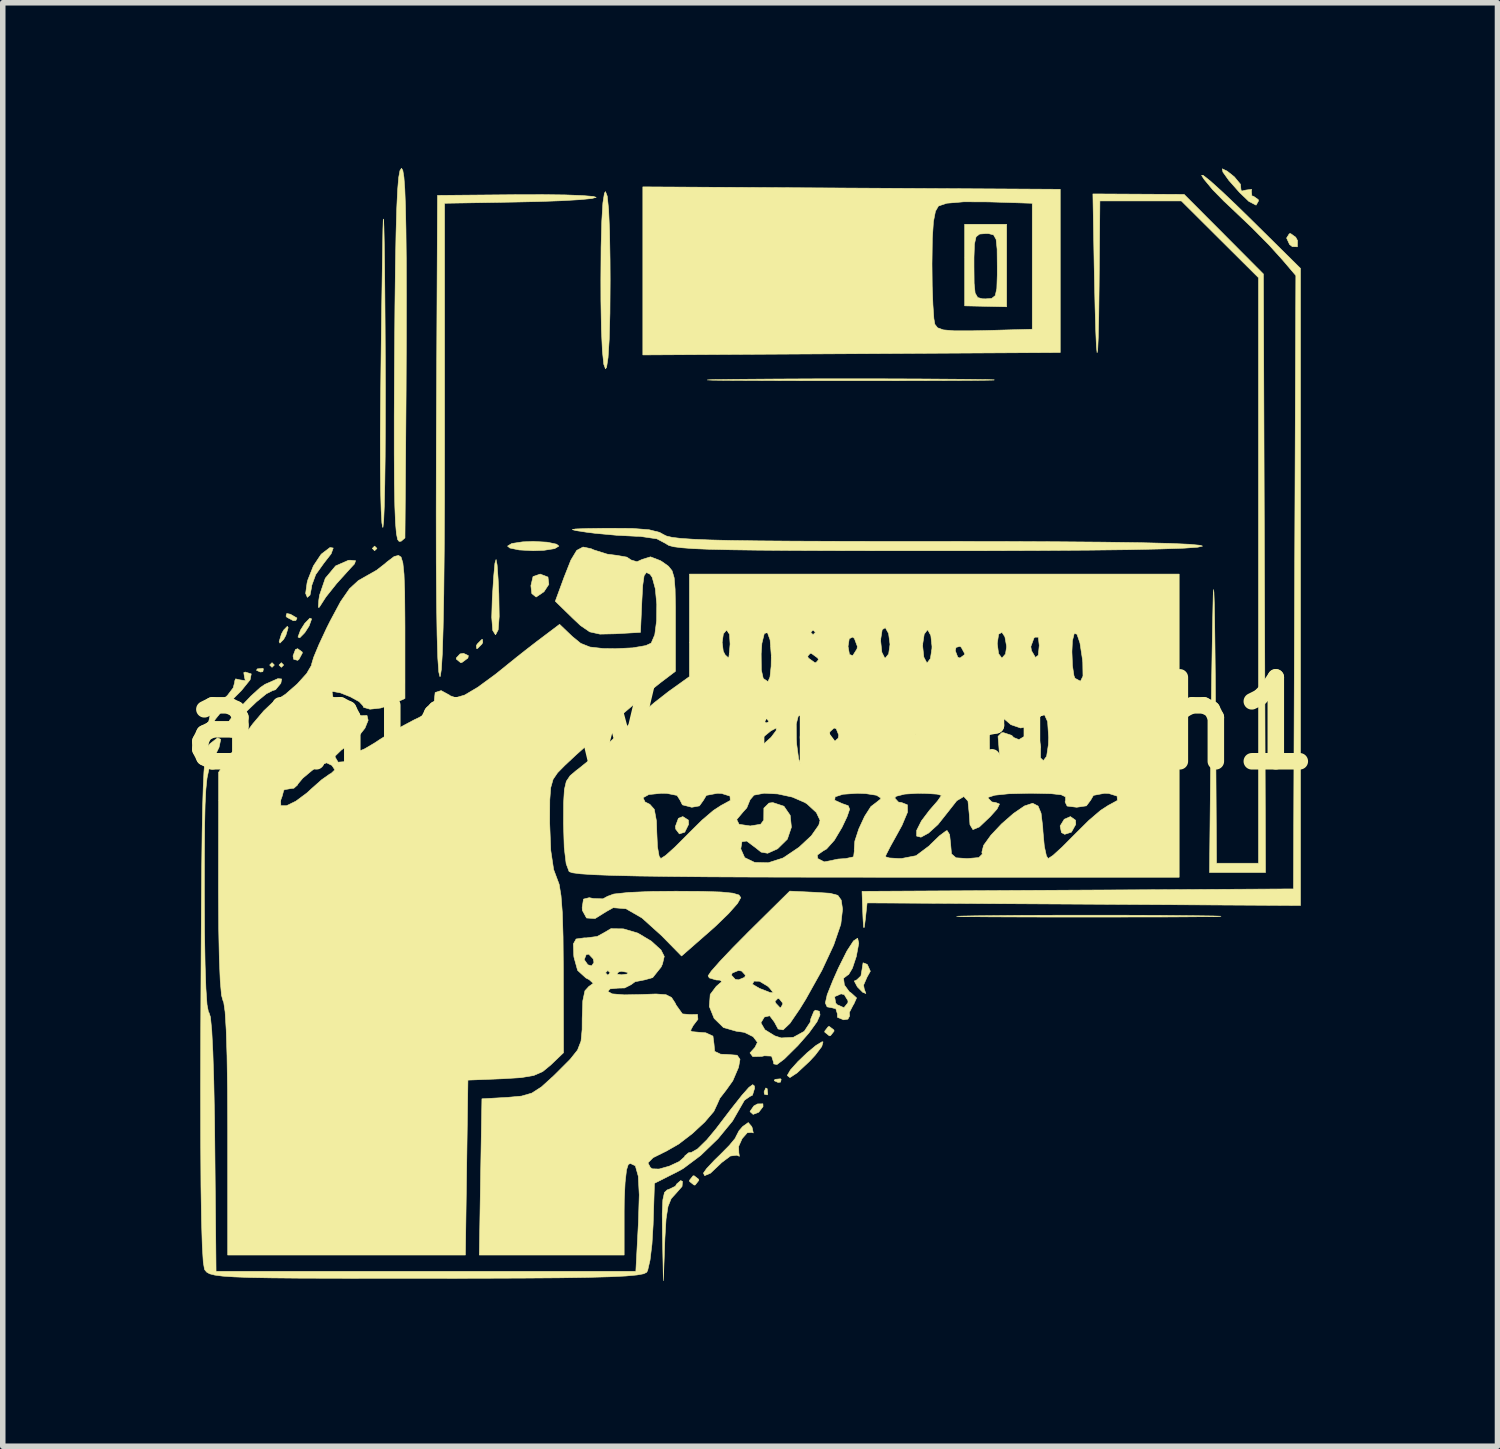
<source format=kicad_pcb>
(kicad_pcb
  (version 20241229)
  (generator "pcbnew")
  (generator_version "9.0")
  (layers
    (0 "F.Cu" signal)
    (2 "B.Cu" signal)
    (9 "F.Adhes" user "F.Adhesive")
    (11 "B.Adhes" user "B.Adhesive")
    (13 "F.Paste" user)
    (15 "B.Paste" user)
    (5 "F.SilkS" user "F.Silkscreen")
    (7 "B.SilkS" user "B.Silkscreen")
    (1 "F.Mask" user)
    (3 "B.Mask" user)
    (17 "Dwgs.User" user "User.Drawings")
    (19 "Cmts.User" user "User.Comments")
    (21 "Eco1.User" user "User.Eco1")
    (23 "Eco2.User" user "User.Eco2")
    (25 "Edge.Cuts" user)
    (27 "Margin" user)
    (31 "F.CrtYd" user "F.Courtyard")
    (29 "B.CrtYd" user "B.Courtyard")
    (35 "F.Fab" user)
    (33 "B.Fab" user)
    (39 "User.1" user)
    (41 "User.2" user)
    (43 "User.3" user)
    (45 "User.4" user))
  (footprint "amigaWorkBench1"
    (layer "F.Cu")
    (at 10.566 10.08)
    (property "Reference" "amigaWorkBench1" (at 0 0 0) (layer "F.SilkS") (effects (font (size 1.524 1.524) (thickness 0.3))))
    (attr through_hole)
    (fp_poly (pts (xy -8.636 -1.058) (xy -8.678 -1.016) (xy -8.721 -1.058) (xy -8.678 -1.101) (xy -8.636 -1.058)) (stroke (width 0.01) (type solid)) (fill yes) (layer "F.SilkS"))
    (fp_poly (pts (xy -8.467 -1.058) (xy -8.509 -1.016) (xy -8.551 -1.058) (xy -8.509 -1.101) (xy -8.467 -1.058)) (stroke (width 0.01) (type solid)) (fill yes) (layer "F.SilkS"))
    (fp_poly (pts (xy -6.773 -3.175) (xy -6.816 -3.133) (xy -6.858 -3.175) (xy -6.816 -3.217) (xy -6.773 -3.175)) (stroke (width 0.01) (type solid)) (fill yes) (layer "F.SilkS"))
    (fp_poly (pts (xy -8.834 -0.988) (xy -8.845 -0.937) (xy -8.89 -0.931) (xy -8.96 -0.962) (xy -8.946 -0.988) (xy -8.846 -0.998) (xy -8.834 -0.988)) (stroke (width 0.01) (type solid)) (fill yes) (layer "F.SilkS"))
    (fp_poly (pts (xy 0.31 6.632) (xy 0.321 6.733) (xy 0.31 6.745) (xy 0.26 6.733) (xy 0.254 6.689) (xy 0.285 6.619) (xy 0.31 6.632)) (stroke (width 0.01) (type solid)) (fill yes) (layer "F.SilkS"))
    (fp_poly (pts (xy 0.564 6.463) (xy 0.553 6.513) (xy 0.508 6.519) (xy 0.438 6.488) (xy 0.452 6.463) (xy 0.552 6.453) (xy 0.564 6.463)) (stroke (width 0.01) (type solid)) (fill yes) (layer "F.SilkS"))
    (fp_poly (pts (xy -8.344 -1.98) (xy -8.225 -1.911) (xy -8.245 -1.867) (xy -8.292 -1.863) (xy -8.407 -1.924) (xy -8.424 -1.946) (xy -8.41 -1.994) (xy -8.344 -1.98)) (stroke (width 0.01) (type solid)) (fill yes) (layer "F.SilkS"))
    (fp_poly (pts (xy -8.385 -1.736) (xy -8.427 -1.597) (xy -8.467 -1.524) (xy -8.534 -1.456) (xy -8.549 -1.482) (xy -8.507 -1.621) (xy -8.467 -1.693) (xy -8.4 -1.761) (xy -8.385 -1.736)) (stroke (width 0.01) (type solid)) (fill yes) (layer "F.SilkS"))
    (fp_poly (pts (xy -8.13 -1.294) (xy -8.128 -1.275) (xy -8.19 -1.16) (xy -8.213 -1.143) (xy -8.285 -1.162) (xy -8.297 -1.223) (xy -8.253 -1.339) (xy -8.213 -1.355) (xy -8.13 -1.294)) (stroke (width 0.01) (type solid)) (fill yes) (layer "F.SilkS"))
    (fp_poly (pts (xy -7.959 -1.895) (xy -8.005 -1.767) (xy -8.083 -1.646) (xy -8.175 -1.552) (xy -8.207 -1.566) (xy -8.16 -1.694) (xy -8.083 -1.815) (xy -7.991 -1.909) (xy -7.959 -1.895)) (stroke (width 0.01) (type solid)) (fill yes) (layer "F.SilkS"))
    (fp_poly (pts (xy -5.114 -1.229) (xy -5.122 -1.185) (xy -5.231 -1.104) (xy -5.254 -1.101) (xy -5.332 -1.165) (xy -5.334 -1.185) (xy -5.265 -1.26) (xy -5.202 -1.27) (xy -5.114 -1.229)) (stroke (width 0.01) (type solid)) (fill yes) (layer "F.SilkS"))
    (fp_poly (pts (xy -4.853 -1.469) (xy -4.868 -1.439) (xy -4.948 -1.358) (xy -4.963 -1.355) (xy -4.969 -1.409) (xy -4.953 -1.439) (xy -4.873 -1.52) (xy -4.858 -1.524) (xy -4.853 -1.469)) (stroke (width 0.01) (type solid)) (fill yes) (layer "F.SilkS"))
    (fp_poly (pts (xy -3.669 -2.655) (xy -3.653 -2.523) (xy -3.742 -2.388) (xy -3.884 -2.292) (xy -3.962 -2.354) (xy -3.979 -2.498) (xy -3.94 -2.664) (xy -3.81 -2.709) (xy -3.669 -2.655)) (stroke (width 0.01) (type solid)) (fill yes) (layer "F.SilkS"))
    (fp_poly (pts (xy -1.12 1.757) (xy -1.116 1.834) (xy -1.186 1.976) (xy -1.284 2.007) (xy -1.35 1.92) (xy -1.355 1.87) (xy -1.301 1.724) (xy -1.221 1.693) (xy -1.12 1.757)) (stroke (width 0.01) (type solid)) (fill yes) (layer "F.SilkS"))
    (fp_poly (pts (xy -0.934 8.277) (xy -0.931 8.297) (xy -0.996 8.38) (xy -1.016 8.382) (xy -1.098 8.318) (xy -1.101 8.297) (xy -1.036 8.215) (xy -1.016 8.213) (xy -0.934 8.277)) (stroke (width 0.01) (type solid)) (fill yes) (layer "F.SilkS"))
    (fp_poly (pts (xy 0.235 6.958) (xy 0.157 7.06) (xy 0.055 7.099) (xy 0.000215 7.05) (xy 0 7.043) (xy 0.068 6.946) (xy 0.134 6.909) (xy 0.233 6.907) (xy 0.235 6.958)) (stroke (width 0.01) (type solid)) (fill yes) (layer "F.SilkS"))
    (fp_poly (pts (xy 1.522 5.568) (xy 1.524 5.588) (xy 1.46 5.67) (xy 1.439 5.673) (xy 1.357 5.608) (xy 1.355 5.588) (xy 1.419 5.506) (xy 1.439 5.503) (xy 1.522 5.568)) (stroke (width 0.01) (type solid)) (fill yes) (layer "F.SilkS"))
    (fp_poly (pts (xy 5.908 1.759) (xy 5.912 1.834) (xy 5.833 1.976) (xy 5.711 2.015) (xy 5.652 1.983) (xy 5.628 1.864) (xy 5.703 1.741) (xy 5.815 1.693) (xy 5.908 1.759)) (stroke (width 0.01) (type solid)) (fill yes) (layer "F.SilkS"))
    (fp_poly (pts (xy 9.905 -8.823) (xy 9.937 -8.763) (xy 9.935 -8.65) (xy 9.843 -8.653) (xy 9.793 -8.692) (xy 9.739 -8.809) (xy 9.788 -8.887) (xy 9.812 -8.89) (xy 9.905 -8.823)) (stroke (width 0.01) (type solid)) (fill yes) (layer "F.SilkS"))
    (fp_poly (pts (xy -3.682 -3.288) (xy -3.513 -3.252) (xy -3.471 -3.217) (xy -3.548 -3.171) (xy -3.745 -3.14) (xy -3.937 -3.133) (xy -4.192 -3.147) (xy -4.361 -3.182) (xy -4.403 -3.217) (xy -4.326 -3.264) (xy -4.129 -3.294) (xy -3.937 -3.302) (xy -3.682 -3.288)) (stroke (width 0.01) (type solid)) (fill yes) (layer "F.SilkS"))
    (fp_poly (pts (xy -4.592 -2.874) (xy -4.573 -2.608) (xy -4.561 -2.349) (xy -4.554 -1.941) (xy -4.573 -1.696) (xy -4.619 -1.609) (xy -4.623 -1.608) (xy -4.672 -1.687) (xy -4.69 -1.924) (xy -4.68 -2.265) (xy -4.654 -2.67) (xy -4.632 -2.906) (xy -4.611 -2.974) (xy -4.592 -2.874)) (stroke (width 0.01) (type solid)) (fill yes) (layer "F.SilkS"))
    (fp_poly (pts (xy 1.324 5.783) (xy 1.301 5.867) (xy 1.182 6.024) (xy 1.078 6.136) (xy 0.853 6.346) (xy 0.723 6.431) (xy 0.678 6.396) (xy 0.677 6.388) (xy 0.732 6.293) (xy 0.866 6.143) (xy 1.035 5.981) (xy 1.197 5.847) (xy 1.306 5.781) (xy 1.324 5.783)) (stroke (width 0.01) (type solid)) (fill yes) (layer "F.SilkS"))
    (fp_poly (pts (xy -7.161 -2.952) (xy -7.181 -2.894) (xy -7.26 -2.809) (xy -7.505 -2.538) (xy -7.701 -2.292) (xy -7.814 -2.116) (xy -7.818 -2.108) (xy -7.838 -2.105) (xy -7.829 -2.237) (xy -7.816 -2.325) (xy -7.711 -2.633) (xy -7.524 -2.857) (xy -7.292 -2.959) (xy -7.26 -2.961) (xy -7.161 -2.952)) (stroke (width 0.01) (type solid)) (fill yes) (layer "F.SilkS"))
    (fp_poly (pts (xy 2.122 4.374) (xy 2.13 4.382) (xy 2.183 4.5) (xy 2.123 4.607) (xy 2.06 4.752) (xy 2.072 4.822) (xy 2.102 4.905) (xy 2.044 4.882) (xy 1.947 4.784) (xy 1.891 4.678) (xy 1.937 4.657) (xy 2.012 4.585) (xy 2.032 4.47) (xy 2.051 4.347) (xy 2.122 4.374)) (stroke (width 0.01) (type solid)) (fill yes) (layer "F.SilkS"))
    (fp_poly (pts (xy -7.567 -3.182) (xy -7.605 -3.077) (xy -7.738 -2.906) (xy -7.885 -2.7) (xy -7.957 -2.503) (xy -7.959 -2.477) (xy -7.988 -2.328) (xy -8.037 -2.286) (xy -8.068 -2.358) (xy -8.042 -2.549) (xy -8.028 -2.603) (xy -7.927 -2.857) (xy -7.793 -3.059) (xy -7.775 -3.078) (xy -7.626 -3.191) (xy -7.567 -3.182)) (stroke (width 0.01) (type solid)) (fill yes) (layer "F.SilkS"))
    (fp_poly (pts (xy -8.503 -0.805) (xy -8.518 -0.727) (xy -8.614 -0.61) (xy -8.67 -0.593) (xy -8.781 -0.536) (xy -8.96 -0.39) (xy -9.102 -0.254) (xy -9.331 -0.036) (xy -9.471 0.067) (xy -9.511 0.056) (xy -9.441 -0.066) (xy -9.261 -0.285) (xy -9.06 -0.496) (xy -8.887 -0.653) (xy -8.805 -0.708) (xy -8.624 -0.788) (xy -8.572 -0.811) (xy -8.503 -0.805)) (stroke (width 0.01) (type solid)) (fill yes) (layer "F.SilkS"))
    (fp_poly (pts (xy -1.227 8.316) (xy -1.235 8.407) (xy -1.341 8.528) (xy -1.432 8.628) (xy -1.49 8.771) (xy -1.525 8.996) (xy -1.546 9.345) (xy -1.548 9.398) (xy -1.574 10.118) (xy -1.591 9.292) (xy -1.595 8.901) (xy -1.584 8.651) (xy -1.554 8.516) (xy -1.503 8.468) (xy -1.489 8.467) (xy -1.356 8.403) (xy -1.331 8.361) (xy -1.26 8.3) (xy -1.227 8.316)) (stroke (width 0.01) (type solid)) (fill yes) (layer "F.SilkS"))
    (fp_poly (pts (xy 8.662 -10.022) (xy 8.791 -9.919) (xy 8.902 -9.785) (xy 8.91 -9.693) (xy 8.921 -9.661) (xy 9 -9.68) (xy 9.104 -9.693) (xy 9.101 -9.651) (xy 9.109 -9.574) (xy 9.139 -9.567) (xy 9.225 -9.506) (xy 9.229 -9.483) (xy 9.185 -9.406) (xy 9.055 -9.473) (xy 8.886 -9.635) (xy 8.689 -9.858) (xy 8.583 -10.007) (xy 8.572 -10.066) (xy 8.662 -10.022)) (stroke (width 0.01) (type solid)) (fill yes) (layer "F.SilkS"))
    (fp_poly (pts (xy -2.593 -9.569) (xy -2.568 -9.328) (xy -2.551 -8.938) (xy -2.542 -8.411) (xy -2.54 -8.043) (xy -2.544 -7.441) (xy -2.557 -6.969) (xy -2.578 -6.64) (xy -2.605 -6.463) (xy -2.625 -6.435) (xy -2.656 -6.518) (xy -2.681 -6.759) (xy -2.699 -7.149) (xy -2.708 -7.676) (xy -2.709 -8.043) (xy -2.705 -8.646) (xy -2.692 -9.117) (xy -2.672 -9.447) (xy -2.644 -9.623) (xy -2.625 -9.652) (xy -2.593 -9.569)) (stroke (width 0.01) (type solid)) (fill yes) (layer "F.SilkS"))
    (fp_poly (pts (xy 6.614 3.483) (xy 7.426 3.486) (xy 8.113 3.493) (xy 8.411 3.497) (xy 8.547 3.502) (xy 8.528 3.506) (xy 8.362 3.509) (xy 8.056 3.512) (xy 7.616 3.515) (xy 7.05 3.516) (xy 6.366 3.517) (xy 6.138 3.517) (xy 5.422 3.517) (xy 4.823 3.515) (xy 4.35 3.513) (xy 4.009 3.51) (xy 3.806 3.507) (xy 3.75 3.503) (xy 3.847 3.499) (xy 4.104 3.494) (xy 4.218 3.493) (xy 4.944 3.486) (xy 5.765 3.483) (xy 6.614 3.483)) (stroke (width 0.01) (type solid)) (fill yes) (layer "F.SilkS"))
    (fp_poly (pts (xy 3.082 -6.251) (xy 3.845 -6.245) (xy 3.964 -6.244) (xy 4.279 -6.24) (xy 4.431 -6.235) (xy 4.428 -6.231) (xy 4.277 -6.228) (xy 3.984 -6.225) (xy 3.556 -6.223) (xy 3.001 -6.221) (xy 2.325 -6.22) (xy 1.82 -6.22) (xy 1.071 -6.22) (xy 0.439 -6.222) (xy -0.068 -6.224) (xy -0.445 -6.226) (xy -0.683 -6.229) (xy -0.777 -6.233) (xy -0.719 -6.237) (xy -0.504 -6.241) (xy -0.269 -6.244) (xy 0.485 -6.25) (xy 1.337 -6.254) (xy 2.224 -6.254) (xy 3.082 -6.251)) (stroke (width 0.01) (type solid)) (fill yes) (layer "F.SilkS"))
    (fp_poly (pts (xy -9.055 -0.897) (xy -9.076 -0.79) (xy -9.23 -0.599) (xy -9.349 -0.479) (xy -9.554 -0.264) (xy -9.707 -0.074) (xy -9.763 0.021) (xy -9.858 0.146) (xy -9.925 0.168) (xy -9.986 0.149) (xy -9.919 0.094) (xy -9.826 -0.039) (xy -9.792 -0.192) (xy -9.763 -0.339) (xy -9.719 -0.37) (xy -9.619 -0.393) (xy -9.489 -0.504) (xy -9.383 -0.644) (xy -9.353 -0.756) (xy -9.357 -0.764) (xy -9.339 -0.807) (xy -9.262 -0.789) (xy -9.162 -0.775) (xy -9.177 -0.832) (xy -9.191 -0.921) (xy -9.163 -0.931) (xy -9.055 -0.897)) (stroke (width 0.01) (type solid)) (fill yes) (layer "F.SilkS"))
    (fp_poly (pts (xy 0.029 7.32) (xy 0.039 7.344) (xy 0.058 7.436) (xy 0.033 7.427) (xy -0.051 7.432) (xy -0.144 7.538) (xy -0.208 7.681) (xy -0.204 7.801) (xy -0.203 7.803) (xy -0.194 7.86) (xy -0.241 7.84) (xy -0.358 7.855) (xy -0.518 7.975) (xy -0.539 7.996) (xy -0.72 8.167) (xy -0.825 8.211) (xy -0.847 8.165) (xy -0.79 8.084) (xy -0.647 7.931) (xy -0.55 7.837) (xy -0.377 7.662) (xy -0.27 7.533) (xy -0.254 7.498) (xy -0.201 7.396) (xy -0.135 7.32) (xy -0.033 7.247) (xy 0.029 7.32)) (stroke (width 0.01) (type solid)) (fill yes) (layer "F.SilkS"))
    (fp_poly (pts (xy 8.35 -9.848) (xy 8.561 -9.658) (xy 8.838 -9.395) (xy 9.05 -9.188) (xy 9.991 -8.258) (xy 9.991 3.307) (xy 2.124 3.26) (xy 2.092 3.556) (xy 2.073 3.705) (xy 2.06 3.704) (xy 2.05 3.545) (xy 2.046 3.451) (xy 2.032 3.05) (xy 5.948 3.028) (xy 9.864 3.006) (xy 9.885 -2.561) (xy 9.907 -8.128) (xy 9.674 -8.402) (xy 9.424 -8.679) (xy 9.11 -8.997) (xy 8.703 -9.384) (xy 8.6 -9.48) (xy 8.397 -9.687) (xy 8.24 -9.877) (xy 8.196 -9.946) (xy 8.222 -9.949) (xy 8.35 -9.848)) (stroke (width 0.01) (type solid)) (fill yes) (layer "F.SilkS"))
    (fp_poly (pts (xy 4.657 -7.561) (xy 3.895 -7.578) (xy 3.895 -8.297) (xy 4.064 -8.297) (xy 4.067 -7.988) (xy 4.085 -7.81) (xy 4.132 -7.729) (xy 4.219 -7.706) (xy 4.276 -7.705) (xy 4.386 -7.713) (xy 4.45 -7.764) (xy 4.479 -7.894) (xy 4.487 -8.139) (xy 4.487 -8.297) (xy 4.484 -8.607) (xy 4.466 -8.784) (xy 4.42 -8.866) (xy 4.332 -8.889) (xy 4.276 -8.89) (xy 4.165 -8.881) (xy 4.102 -8.831) (xy 4.073 -8.701) (xy 4.064 -8.455) (xy 4.064 -8.297) (xy 3.895 -8.297) (xy 3.895 -9.059) (xy 4.657 -9.059) (xy 4.657 -7.561)) (stroke (width 0.01) (type solid)) (fill yes) (layer "F.SilkS"))
    (fp_poly (pts (xy -6.647 -9.014) (xy -6.641 -8.738) (xy -6.635 -8.335) (xy -6.63 -7.816) (xy -6.625 -7.191) (xy -6.623 -6.837) (xy -6.62 -6.11) (xy -6.621 -5.439) (xy -6.624 -4.843) (xy -6.631 -4.338) (xy -6.64 -3.944) (xy -6.651 -3.679) (xy -6.664 -3.56) (xy -6.668 -3.556) (xy -6.684 -3.637) (xy -6.697 -3.864) (xy -6.707 -4.216) (xy -6.712 -4.67) (xy -6.713 -5.202) (xy -6.709 -5.694) (xy -6.702 -6.36) (xy -6.694 -7.045) (xy -6.685 -7.706) (xy -6.676 -8.302) (xy -6.668 -8.79) (xy -6.665 -8.975) (xy -6.659 -9.143) (xy -6.653 -9.153) (xy -6.647 -9.014)) (stroke (width 0.01) (type solid)) (fill yes) (layer "F.SilkS"))
    (fp_poly (pts (xy -0.866 3.051) (xy -0.528 3.062) (xy -0.315 3.083) (xy -0.203 3.116) (xy -0.169 3.163) (xy -0.169 3.165) (xy -0.229 3.271) (xy -0.389 3.452) (xy -0.619 3.675) (xy -0.706 3.753) (xy -1.244 4.224) (xy -1.608 3.853) (xy -1.963 3.533) (xy -2.253 3.366) (xy -2.485 3.347) (xy -2.612 3.418) (xy -2.814 3.544) (xy -2.969 3.534) (xy -3.045 3.395) (xy -3.048 3.343) (xy -3.024 3.191) (xy -2.92 3.165) (xy -2.846 3.18) (xy -2.671 3.186) (xy -2.587 3.14) (xy -2.475 3.099) (xy -2.206 3.07) (xy -1.79 3.052) (xy -1.35 3.048) (xy -0.866 3.051)) (stroke (width 0.01) (type solid)) (fill yes) (layer "F.SilkS"))
    (fp_poly (pts (xy 1.841 -9.716) (xy 5.63 -9.694) (xy 5.63 -6.731) (xy 1.841 -6.709) (xy -1.947 -6.687) (xy -1.947 -8.338) (xy 3.302 -8.338) (xy 3.302 -8.336) (xy 3.306 -7.939) (xy 3.319 -7.597) (xy 3.336 -7.349) (xy 3.354 -7.243) (xy 3.403 -7.18) (xy 3.509 -7.142) (xy 3.705 -7.125) (xy 4.022 -7.125) (xy 4.265 -7.13) (xy 5.122 -7.154) (xy 5.122 -9.44) (xy 4.331 -9.465) (xy 3.881 -9.467) (xy 3.572 -9.441) (xy 3.42 -9.391) (xy 3.365 -9.296) (xy 3.328 -9.105) (xy 3.308 -8.794) (xy 3.302 -8.338) (xy -1.947 -8.338) (xy -1.947 -9.738) (xy 1.841 -9.716)) (stroke (width 0.01) (type solid)) (fill yes) (layer "F.SilkS"))
    (fp_poly (pts (xy -3.354 -9.592) (xy -3.04 -9.58) (xy -2.845 -9.564) (xy -2.794 -9.548) (xy -2.874 -9.526) (xy -3.095 -9.505) (xy -3.429 -9.486) (xy -3.849 -9.471) (xy -4.17 -9.464) (xy -5.546 -9.44) (xy -5.546 -5.143) (xy -5.547 -4.059) (xy -5.552 -3.127) (xy -5.56 -2.351) (xy -5.572 -1.733) (xy -5.586 -1.275) (xy -5.604 -0.981) (xy -5.624 -0.853) (xy -5.63 -0.847) (xy -5.651 -0.931) (xy -5.669 -1.183) (xy -5.682 -1.599) (xy -5.691 -2.18) (xy -5.697 -2.921) (xy -5.698 -3.822) (xy -5.696 -4.88) (xy -5.695 -5.215) (xy -5.674 -9.583) (xy -4.234 -9.596) (xy -3.762 -9.597) (xy -3.354 -9.592)) (stroke (width 0.01) (type solid)) (fill yes) (layer "F.SilkS"))
    (fp_poly (pts (xy -6.304 -10.037) (xy -6.284 -9.916) (xy -6.268 -9.704) (xy -6.256 -9.392) (xy -6.247 -8.972) (xy -6.241 -8.436) (xy -6.239 -7.775) (xy -6.24 -6.981) (xy -6.244 -6.045) (xy -6.252 -4.958) (xy -6.262 -3.713) (xy -6.265 -3.365) (xy -6.333 -3.306) (xy -6.371 -3.302) (xy -6.398 -3.336) (xy -6.42 -3.445) (xy -6.437 -3.642) (xy -6.449 -3.942) (xy -6.457 -4.355) (xy -6.46 -4.895) (xy -6.46 -5.575) (xy -6.456 -6.407) (xy -6.454 -6.689) (xy -6.447 -7.578) (xy -6.438 -8.31) (xy -6.427 -8.897) (xy -6.414 -9.35) (xy -6.398 -9.683) (xy -6.379 -9.907) (xy -6.356 -10.033) (xy -6.328 -10.075) (xy -6.327 -10.075) (xy -6.304 -10.037)) (stroke (width 0.01) (type solid)) (fill yes) (layer "F.SilkS"))
    (fp_poly (pts (xy 7.879 -9.601) (xy 8.599 -8.879) (xy 9.318 -8.156) (xy 9.356 2.709) (xy 8.34 2.709) (xy 8.362 0.572) (xy 8.369 -0.065) (xy 8.377 -0.691) (xy 8.386 -1.273) (xy 8.395 -1.775) (xy 8.403 -2.164) (xy 8.407 -2.328) (xy 8.414 -2.428) (xy 8.42 -2.372) (xy 8.427 -2.172) (xy 8.433 -1.843) (xy 8.439 -1.397) (xy 8.445 -0.847) (xy 8.449 -0.275) (xy 8.467 2.54) (xy 9.229 2.54) (xy 9.229 -8.089) (xy 8.528 -8.786) (xy 7.828 -9.483) (xy 6.35 -9.483) (xy 6.336 -7.938) (xy 6.329 -7.384) (xy 6.32 -6.998) (xy 6.31 -6.78) (xy 6.299 -6.727) (xy 6.287 -6.839) (xy 6.275 -7.114) (xy 6.262 -7.551) (xy 6.249 -8.15) (xy 6.246 -8.297) (xy 6.223 -9.61) (xy 7.879 -9.601)) (stroke (width 0.01) (type solid)) (fill yes) (layer "F.SilkS"))
    (fp_poly (pts (xy 1.973 3.992) (xy 1.929 4.228) (xy 1.928 4.233) (xy 1.858 4.444) (xy 1.788 4.562) (xy 1.768 4.572) (xy 1.696 4.628) (xy 1.712 4.751) (xy 1.801 4.873) (xy 1.838 4.898) (xy 1.933 4.985) (xy 1.882 5.099) (xy 1.873 5.11) (xy 1.802 5.248) (xy 1.807 5.312) (xy 1.776 5.37) (xy 1.697 5.382) (xy 1.586 5.337) (xy 1.585 5.274) (xy 1.556 5.181) (xy 1.491 5.165) (xy 1.398 5.147) (xy 1.366 5.077) (xy 1.392 4.962) (xy 1.534 4.962) (xy 1.555 5.079) (xy 1.58 5.108) (xy 1.704 5.162) (xy 1.775 5.074) (xy 1.778 5.038) (xy 1.71 4.925) (xy 1.651 4.911) (xy 1.534 4.962) (xy 1.392 4.962) (xy 1.399 4.928) (xy 1.502 4.671) (xy 1.603 4.443) (xy 1.758 4.133) (xy 1.877 3.95) (xy 1.952 3.901) (xy 1.973 3.992)) (stroke (width 0.01) (type solid)) (fill yes) (layer "F.SilkS"))
    (fp_poly (pts (xy -2.138 -3.538) (xy -1.834 -3.514) (xy -1.643 -3.466) (xy -1.571 -3.426) (xy -1.516 -3.399) (xy -1.417 -3.376) (xy -1.263 -3.357) (xy -1.041 -3.342) (xy -0.738 -3.329) (xy -0.34 -3.319) (xy 0.163 -3.312) (xy 0.787 -3.307) (xy 1.542 -3.304) (xy 2.442 -3.302) (xy 3.403 -3.302) (xy 4.559 -3.301) (xy 5.56 -3.296) (xy 6.405 -3.289) (xy 7.091 -3.279) (xy 7.617 -3.266) (xy 7.979 -3.25) (xy 8.175 -3.231) (xy 8.213 -3.217) (xy 8.128 -3.197) (xy 7.877 -3.179) (xy 7.461 -3.165) (xy 6.882 -3.152) (xy 6.143 -3.143) (xy 5.246 -3.137) (xy 4.193 -3.133) (xy 3.397 -3.133) (xy 2.358 -3.133) (xy 1.476 -3.135) (xy 0.738 -3.138) (xy 0.13 -3.143) (xy -0.358 -3.15) (xy -0.742 -3.159) (xy -1.032 -3.171) (xy -1.242 -3.187) (xy -1.385 -3.205) (xy -1.473 -3.228) (xy -1.519 -3.255) (xy -1.524 -3.26) (xy -1.692 -3.349) (xy -1.993 -3.393) (xy -2.064 -3.395) (xy -2.419 -3.413) (xy -2.811 -3.449) (xy -2.963 -3.468) (xy -3.156 -3.497) (xy -3.228 -3.516) (xy -3.169 -3.528) (xy -2.965 -3.536) (xy -2.605 -3.541) (xy -2.582 -3.541) (xy -2.138 -3.538)) (stroke (width 0.01) (type solid)) (fill yes) (layer "F.SilkS"))
    (fp_poly (pts (xy 1.185 3.068) (xy 1.452 3.085) (xy 1.593 3.123) (xy 1.654 3.209) (xy 1.678 3.37) (xy 1.678 3.378) (xy 1.647 3.647) (xy 1.518 4.024) (xy 1.303 4.485) (xy 1.012 5.006) (xy 0.901 5.186) (xy 0.723 5.447) (xy 0.599 5.565) (xy 0.509 5.549) (xy 0.441 5.422) (xy 0.356 5.309) (xy 0.259 5.331) (xy 0.196 5.437) (xy 0.268 5.562) (xy 0.447 5.673) (xy 0.564 5.711) (xy 0.785 5.7) (xy 0.983 5.591) (xy 1.094 5.422) (xy 1.101 5.368) (xy 1.158 5.23) (xy 1.185 5.207) (xy 1.257 5.227) (xy 1.27 5.293) (xy 1.214 5.419) (xy 1.068 5.621) (xy 0.862 5.856) (xy 0.848 5.869) (xy 0.622 6.093) (xy 0.488 6.194) (xy 0.43 6.183) (xy 0.425 6.15) (xy 0.39 6.041) (xy 0.26 6.035) (xy 0.212 6.046) (xy 0.049 6.05) (xy -0.002 5.983) (xy 0.089 5.882) (xy 0.089 5.882) (xy 0.133 5.791) (xy 0.056 5.689) (xy -0.103 5.61) (xy -0.255 5.588) (xy -0.484 5.522) (xy -0.653 5.356) (xy -0.74 5.14) (xy -0.733 5.047) (xy 0.452 5.047) (xy 0.466 5.08) (xy 0.542 5.161) (xy 0.555 5.165) (xy 0.592 5.099) (xy 0.593 5.08) (xy 0.528 4.999) (xy 0.503 4.995) (xy 0.452 5.047) (xy -0.733 5.047) (xy -0.724 4.922) (xy -0.614 4.775) (xy -0.567 4.735) (xy 0.041 4.735) (xy 0.169 4.811) (xy 0.363 4.887) (xy 0.421 4.889) (xy 0.359 4.811) (xy 0.323 4.774) (xy 0.17 4.682) (xy 0.072 4.68) (xy 0.041 4.735) (xy -0.567 4.735) (xy -0.512 4.688) (xy -0.548 4.662) (xy -0.614 4.659) (xy -0.74 4.622) (xy -0.762 4.584) (xy -0.754 4.572) (xy -0.339 4.572) (xy -0.27 4.647) (xy -0.212 4.657) (xy -0.099 4.611) (xy -0.085 4.572) (xy -0.153 4.497) (xy -0.212 4.487) (xy -0.324 4.533) (xy -0.339 4.572) (xy -0.754 4.572) (xy -0.705 4.499) (xy -0.55 4.323) (xy -0.319 4.079) (xy -0.037 3.794) (xy -0.021 3.778) (xy 0.72 3.046) (xy 1.185 3.068)) (stroke (width 0.01) (type solid)) (fill yes) (layer "F.SilkS"))
    (fp_poly (pts (xy -2.887 -3.17) (xy -2.835 -3.147) (xy -2.593 -3.071) (xy -2.414 -3.048) (xy -2.237 -3.017) (xy -2.16 -2.965) (xy -2.053 -2.933) (xy -1.958 -2.976) (xy -1.807 -3.022) (xy -1.628 -2.953) (xy -1.581 -2.923) (xy -1.481 -2.851) (xy -1.416 -2.769) (xy -1.378 -2.641) (xy -1.361 -2.434) (xy -1.355 -2.112) (xy -1.355 -1.859) (xy -1.355 -0.944) (xy -1.615 -0.747) (xy -1.842 -0.567) (xy -2.151 -0.308) (xy -2.502 -0.008) (xy -2.852 0.299) (xy -3.16 0.574) (xy -3.365 0.766) (xy -3.495 0.898) (xy -3.576 1.017) (xy -3.619 1.168) (xy -3.636 1.393) (xy -3.638 1.737) (xy -3.638 1.807) (xy -3.618 2.309) (xy -3.566 2.655) (xy -3.514 2.794) (xy -3.466 2.922) (xy -3.432 3.13) (xy -3.408 3.441) (xy -3.395 3.875) (xy -3.39 4.455) (xy -3.39 4.493) (xy -3.387 5.98) (xy -3.62 6.203) (xy -3.765 6.322) (xy -3.928 6.393) (xy -4.16 6.432) (xy -4.488 6.452) (xy -5.122 6.477) (xy -5.168 9.652) (xy -9.483 9.652) (xy -9.483 7.371) (xy -9.486 6.642) (xy -9.495 6.037) (xy -9.51 5.565) (xy -9.53 5.237) (xy -9.555 5.063) (xy -9.567 5.038) (xy -9.595 4.936) (xy -9.618 4.677) (xy -9.635 4.272) (xy -9.646 3.734) (xy -9.65 3.073) (xy -9.65 2.937) (xy -9.648 1.4) (xy -8.522 1.4) (xy -8.518 1.495) (xy -8.414 1.495) (xy -8.245 1.413) (xy -8.041 1.261) (xy -7.961 1.187) (xy -7.778 1.025) (xy -7.629 0.92) (xy -7.605 0.909) (xy -7.538 0.845) (xy -7.591 0.764) (xy -7.689 0.717) (xy -7.834 0.774) (xy -7.95 0.854) (xy -8.119 0.995) (xy -8.208 1.101) (xy -8.213 1.117) (xy -8.281 1.178) (xy -8.34 1.185) (xy -8.453 1.205) (xy -8.467 1.221) (xy -8.493 1.32) (xy -8.522 1.4) (xy -9.648 1.4) (xy -9.648 0.889) (xy -9.239 0.296) (xy -9.028 0.01) (xy -8.828 -0.226) (xy -8.674 -0.372) (xy -8.643 -0.392) (xy -8.434 -0.528) (xy -8.221 -0.714) (xy -8.049 -0.904) (xy -7.962 -1.053) (xy -7.959 -1.076) (xy -7.922 -1.199) (xy -7.826 -1.43) (xy -7.687 -1.728) (xy -7.625 -1.852) (xy -7.433 -2.21) (xy -7.271 -2.444) (xy -7.111 -2.591) (xy -7.002 -2.653) (xy -6.78 -2.779) (xy -6.618 -2.905) (xy -6.605 -2.919) (xy -6.461 -3.028) (xy -6.382 -3.048) (xy -6.336 -3.018) (xy -6.303 -2.912) (xy -6.282 -2.708) (xy -6.27 -2.386) (xy -6.266 -1.923) (xy -6.265 -1.749) (xy -6.265 -0.451) (xy -6.481 -0.352) (xy -6.703 -0.278) (xy -6.9 -0.256) (xy -7.016 -0.29) (xy -7.027 -0.318) (xy -7.096 -0.393) (xy -7.256 -0.481) (xy -7.437 -0.553) (xy -7.568 -0.577) (xy -7.588 -0.569) (xy -7.574 -0.482) (xy -7.464 -0.355) (xy -7.306 -0.229) (xy -7.152 -0.147) (xy -7.069 -0.139) (xy -6.954 -0.143) (xy -6.933 -0.055) (xy -6.991 0.088) (xy -7.116 0.247) (xy -7.238 0.349) (xy -7.421 0.486) (xy -7.526 0.588) (xy -7.535 0.609) (xy -7.479 0.705) (xy -7.358 0.696) (xy -7.281 0.634) (xy -7.16 0.528) (xy -7.105 0.508) (xy -6.998 0.464) (xy -6.81 0.353) (xy -6.714 0.289) (xy -6.417 0.107) (xy -6.096 -0.064) (xy -6.04 -0.09) (xy -5.819 -0.209) (xy -5.73 -0.316) (xy -5.732 -0.422) (xy -5.717 -0.559) (xy -5.608 -0.594) (xy -5.457 -0.512) (xy -5.446 -0.501) (xy -5.344 -0.465) (xy -5.181 -0.513) (xy -4.942 -0.655) (xy -4.61 -0.899) (xy -4.231 -1.205) (xy -4.085 -1.32) (xy -3.872 -1.485) (xy -3.779 -1.555) (xy -3.458 -1.797) (xy -3.227 -1.576) (xy -3.075 -1.452) (xy -2.908 -1.385) (xy -2.668 -1.358) (xy -2.446 -1.355) (xy -2.131 -1.37) (xy -1.894 -1.411) (xy -1.795 -1.456) (xy -1.73 -1.609) (xy -1.697 -1.864) (xy -1.694 -2.163) (xy -1.721 -2.445) (xy -1.777 -2.65) (xy -1.816 -2.706) (xy -1.882 -2.738) (xy -1.924 -2.68) (xy -1.949 -2.504) (xy -1.964 -2.23) (xy -1.99 -1.651) (xy -2.447 -1.625) (xy -2.725 -1.619) (xy -2.911 -1.66) (xy -3.08 -1.776) (xy -3.22 -1.908) (xy -3.536 -2.216) (xy -3.378 -2.647) (xy -3.253 -2.963) (xy -3.147 -3.139) (xy -3.033 -3.2) (xy -2.887 -3.17)) (stroke (width 0.01) (type solid)) (fill yes) (layer "F.SilkS"))
    (fp_poly (pts (xy -9.609 0.292) (xy -9.64 0.437) (xy -9.733 0.628) (xy -9.786 0.732) (xy -9.827 0.848) (xy -9.858 0.996) (xy -9.879 1.199) (xy -9.893 1.48) (xy -9.901 1.86) (xy -9.905 2.363) (xy -9.906 3.011) (xy -9.906 3.093) (xy -9.903 3.798) (xy -9.893 4.375) (xy -9.878 4.814) (xy -9.858 5.106) (xy -9.832 5.241) (xy -9.823 5.249) (xy -9.796 5.332) (xy -9.772 5.575) (xy -9.752 5.966) (xy -9.735 6.497) (xy -9.722 7.157) (xy -9.717 7.599) (xy -9.694 9.948) (xy -2.074 9.948) (xy -2.027 9.059) (xy -2.012 8.56) (xy -2.03 8.22) (xy -2.083 8.032) (xy -2.172 7.99) (xy -2.211 8.007) (xy -2.243 8.107) (xy -2.269 8.336) (xy -2.284 8.654) (xy -2.286 8.853) (xy -2.286 9.652) (xy -4.915 9.652) (xy -4.892 8.234) (xy -4.868 6.816) (xy -4.403 6.79) (xy -4.15 6.767) (xy -3.963 6.713) (xy -3.787 6.6) (xy -3.565 6.398) (xy -3.493 6.327) (xy -3.265 6.098) (xy -3.132 5.931) (xy -3.069 5.769) (xy -3.049 5.558) (xy -3.048 5.355) (xy -3.037 5.038) (xy -2.998 4.855) (xy -2.923 4.773) (xy -2.916 4.77) (xy -2.847 4.72) (xy -2.921 4.653) (xy -2.98 4.623) (xy -3.082 4.53) (xy -2.625 4.53) (xy -2.582 4.572) (xy -2.562 4.552) (xy -2.419 4.552) (xy -2.335 4.565) (xy -2.226 4.55) (xy -2.224 4.521) (xy -2.338 4.501) (xy -2.387 4.514) (xy -2.419 4.552) (xy -2.562 4.552) (xy -2.54 4.53) (xy -2.582 4.487) (xy -2.625 4.53) (xy -3.082 4.53) (xy -3.131 4.485) (xy -3.185 4.29) (xy -3.011 4.29) (xy -2.945 4.383) (xy -2.876 4.403) (xy -2.834 4.34) (xy -2.848 4.276) (xy -2.928 4.191) (xy -2.974 4.197) (xy -3.011 4.29) (xy -3.185 4.29) (xy -3.198 4.242) (xy -3.201 4.21) (xy -3.208 4.004) (xy -3.158 3.915) (xy -3.014 3.895) (xy -2.973 3.895) (xy -2.776 3.869) (xy -2.667 3.81) (xy -2.527 3.728) (xy -2.299 3.731) (xy -2.038 3.808) (xy -1.796 3.952) (xy -1.788 3.959) (xy -1.617 4.115) (xy -1.558 4.231) (xy -1.59 4.368) (xy -1.615 4.424) (xy -1.768 4.616) (xy -1.914 4.657) (xy -2.088 4.691) (xy -2.16 4.744) (xy -2.278 4.804) (xy -2.398 4.807) (xy -2.543 4.821) (xy -2.582 4.868) (xy -2.503 4.911) (xy -2.285 4.929) (xy -2.013 4.924) (xy -1.708 4.913) (xy -1.527 4.926) (xy -1.426 4.977) (xy -1.36 5.078) (xy -1.342 5.116) (xy -1.228 5.275) (xy -1.087 5.287) (xy -0.955 5.284) (xy -0.947 5.373) (xy -1.033 5.486) (xy -1.081 5.576) (xy -1.054 5.597) (xy -0.908 5.61) (xy -0.804 5.618) (xy -0.674 5.678) (xy -0.655 5.821) (xy -0.643 5.955) (xy -0.535 6.006) (xy -0.413 6.011) (xy -0.235 6.025) (xy -0.183 6.099) (xy -0.209 6.244) (xy -0.314 6.489) (xy -0.43 6.652) (xy -0.549 6.806) (xy -0.593 6.906) (xy -0.658 7.045) (xy -0.823 7.238) (xy -1.049 7.448) (xy -1.294 7.636) (xy -1.517 7.764) (xy -1.761 7.885) (xy -1.854 7.979) (xy -1.81 8.063) (xy -1.776 8.087) (xy -1.652 8.091) (xy -1.465 8.038) (xy -1.287 7.955) (xy -1.189 7.869) (xy -1.185 7.853) (xy -1.117 7.796) (xy -1.065 7.789) (xy -0.954 7.726) (xy -0.785 7.561) (xy -0.62 7.362) (xy -0.34 6.995) (xy -0.146 6.75) (xy -0.021 6.609) (xy 0.048 6.559) (xy 0.078 6.583) (xy 0.082 6.625) (xy 0.043 6.751) (xy -0.003 6.773) (xy -0.102 6.842) (xy -0.151 6.927) (xy -0.318 7.218) (xy -0.583 7.541) (xy -0.898 7.845) (xy -1.213 8.081) (xy -1.306 8.133) (xy -1.736 8.35) (xy -1.76 9.103) (xy -1.781 9.453) (xy -1.816 9.744) (xy -1.859 9.93) (xy -1.877 9.965) (xy -1.931 9.992) (xy -2.052 10.014) (xy -2.255 10.033) (xy -2.551 10.047) (xy -2.952 10.058) (xy -3.473 10.066) (xy -4.124 10.071) (xy -4.919 10.074) (xy -5.871 10.075) (xy -5.892 10.075) (xy -6.809 10.075) (xy -7.571 10.074) (xy -8.193 10.072) (xy -8.69 10.067) (xy -9.077 10.06) (xy -9.367 10.049) (xy -9.576 10.035) (xy -9.719 10.016) (xy -9.81 9.993) (xy -9.863 9.963) (xy -9.894 9.927) (xy -9.904 9.91) (xy -9.926 9.782) (xy -9.944 9.487) (xy -9.958 9.026) (xy -9.968 8.397) (xy -9.973 7.601) (xy -9.975 6.636) (xy -9.972 5.503) (xy -9.97 5.129) (xy -9.965 4.123) (xy -9.96 3.273) (xy -9.954 2.565) (xy -9.947 1.985) (xy -9.938 1.521) (xy -9.927 1.158) (xy -9.914 0.883) (xy -9.897 0.683) (xy -9.877 0.544) (xy -9.853 0.453) (xy -9.825 0.395) (xy -9.802 0.368) (xy -9.665 0.263) (xy -9.609 0.292)) (stroke (width 0.01) (type solid)) (fill yes) (layer "F.SilkS"))
    (fp_poly (pts (xy 7.789 2.794) (xy 2.303 2.794) (xy 1.134 2.793) (xy 0.126 2.791) (xy -0.732 2.787) (xy -1.448 2.78) (xy -2.031 2.772) (xy -2.492 2.761) (xy -2.838 2.748) (xy -3.08 2.732) (xy -3.226 2.713) (xy -3.285 2.692) (xy -3.339 2.548) (xy -3.374 2.254) (xy -3.387 1.829) (xy -3.387 1.81) (xy -3.385 1.442) (xy -3.38 1.351) (xy -1.943 1.351) (xy -1.907 1.427) (xy -1.82 1.47) (xy -1.739 1.561) (xy -1.7 1.773) (xy -1.693 1.987) (xy -1.681 2.243) (xy -1.651 2.413) (xy -1.621 2.455) (xy -1.532 2.398) (xy -1.363 2.246) (xy -1.148 2.031) (xy -1.114 1.996) (xy -0.878 1.763) (xy -0.86 1.747) (xy -0.243 1.747) (xy -0.2 1.833) (xy 0.003 1.863) (xy 0.004 1.863) (xy 0.192 1.832) (xy 0.248 1.757) (xy 0.25 1.54) (xy 0.343 1.448) (xy 0.413 1.439) (xy 0.614 1.505) (xy 0.728 1.67) (xy 0.75 1.886) (xy 0.676 2.104) (xy 0.501 2.276) (xy 0.493 2.281) (xy 0.319 2.359) (xy 0.2 2.338) (xy 0.105 2.262) (xy -0.062 2.137) (xy -0.148 2.149) (xy -0.169 2.279) (xy -0.098 2.438) (xy 0.083 2.525) (xy 0.329 2.531) (xy 0.592 2.447) (xy 0.615 2.434) (xy 0.678 2.392) (xy 1.22 2.392) (xy 1.228 2.455) (xy 1.346 2.515) (xy 1.412 2.503) (xy 1.597 2.464) (xy 1.735 2.455) (xy 1.878 2.424) (xy 1.879 2.422) (xy 2.455 2.422) (xy 2.53 2.444) (xy 2.712 2.455) (xy 2.744 2.455) (xy 3.013 2.403) (xy 3.253 2.223) (xy 3.273 2.201) (xy 3.438 2.042) (xy 3.556 1.954) (xy 3.577 1.947) (xy 3.622 2.021) (xy 3.641 2.198) (xy 3.641 2.201) (xy 3.656 2.37) (xy 3.738 2.441) (xy 3.935 2.455) (xy 3.946 2.455) (xy 4.152 2.437) (xy 4.215 2.374) (xy 4.207 2.339) (xy 4.239 2.215) (xy 4.371 2.032) (xy 4.564 1.827) (xy 4.781 1.637) (xy 4.981 1.5) (xy 5.126 1.452) (xy 5.133 1.453) (xy 5.228 1.502) (xy 5.282 1.631) (xy 5.312 1.88) (xy 5.317 1.969) (xy 5.341 2.231) (xy 5.379 2.407) (xy 5.411 2.455) (xy 5.498 2.398) (xy 5.665 2.246) (xy 5.879 2.031) (xy 5.914 1.996) (xy 6.149 1.763) (xy 6.362 1.581) (xy 6.51 1.485) (xy 6.518 1.482) (xy 6.668 1.4) (xy 6.662 1.321) (xy 6.512 1.274) (xy 6.435 1.27) (xy 6.233 1.308) (xy 6.181 1.397) (xy 6.105 1.498) (xy 5.929 1.524) (xy 5.755 1.502) (xy 5.718 1.426) (xy 5.727 1.397) (xy 5.726 1.335) (xy 5.647 1.297) (xy 5.462 1.277) (xy 5.143 1.27) (xy 5.047 1.27) (xy 4.693 1.279) (xy 4.442 1.305) (xy 4.324 1.343) (xy 4.318 1.355) (xy 4.388 1.427) (xy 4.461 1.439) (xy 4.528 1.465) (xy 4.483 1.556) (xy 4.36 1.693) (xy 4.162 1.881) (xy 4.045 1.93) (xy 3.991 1.839) (xy 3.979 1.656) (xy 3.955 1.412) (xy 3.88 1.329) (xy 3.752 1.405) (xy 3.583 1.62) (xy 3.41 1.838) (xy 3.24 1.992) (xy 3.102 2.067) (xy 3.023 2.047) (xy 3.024 1.943) (xy 3.11 1.772) (xy 3.259 1.575) (xy 3.269 1.564) (xy 3.404 1.409) (xy 3.47 1.314) (xy 3.471 1.308) (xy 3.395 1.286) (xy 3.2 1.273) (xy 3.048 1.27) (xy 2.807 1.285) (xy 2.653 1.324) (xy 2.625 1.355) (xy 2.693 1.43) (xy 2.752 1.439) (xy 2.856 1.48) (xy 2.858 1.613) (xy 2.757 1.853) (xy 2.666 2.019) (xy 2.545 2.237) (xy 2.469 2.386) (xy 2.455 2.422) (xy 1.879 2.422) (xy 1.893 2.308) (xy 1.89 2.297) (xy 1.901 2.139) (xy 1.973 1.918) (xy 2.079 1.689) (xy 2.193 1.511) (xy 2.288 1.439) (xy 2.368 1.375) (xy 2.371 1.355) (xy 2.295 1.306) (xy 2.1 1.276) (xy 1.947 1.27) (xy 1.687 1.288) (xy 1.544 1.334) (xy 1.536 1.396) (xy 1.678 1.46) (xy 1.689 1.463) (xy 1.782 1.496) (xy 1.807 1.56) (xy 1.76 1.696) (xy 1.668 1.89) (xy 1.53 2.122) (xy 1.388 2.281) (xy 1.325 2.317) (xy 1.22 2.392) (xy 0.678 2.392) (xy 0.888 2.25) (xy 1.112 2.041) (xy 1.247 1.848) (xy 1.27 1.761) (xy 1.203 1.619) (xy 1.037 1.466) (xy 0.995 1.438) (xy 0.766 1.339) (xy 0.503 1.282) (xy 0.255 1.269) (xy 0.071 1.304) (xy 0 1.387) (xy -0.06 1.535) (xy -0.127 1.609) (xy -0.243 1.747) (xy -0.86 1.747) (xy -0.665 1.581) (xy -0.517 1.485) (xy -0.509 1.482) (xy -0.359 1.4) (xy -0.365 1.321) (xy -0.515 1.274) (xy -0.593 1.27) (xy -0.794 1.308) (xy -0.847 1.397) (xy -0.92 1.499) (xy -1.058 1.524) (xy -1.229 1.48) (xy -1.27 1.397) (xy -1.326 1.309) (xy -1.511 1.272) (xy -1.609 1.27) (xy -1.838 1.293) (xy -1.943 1.351) (xy -3.38 1.351) (xy -3.371 1.203) (xy -3.336 1.053) (xy -3.267 0.951) (xy -3.155 0.856) (xy -3.122 0.832) (xy -2.932 0.679) (xy -2.671 0.452) (xy -2.582 0.371) (xy 0.133 0.371) (xy 0.137 0.423) (xy 0.14 0.423) (xy 0.257 0.366) (xy 0.381 0.254) (xy 0.473 0.132) (xy 0.475 0.085) (xy 0.377 0.137) (xy 0.234 0.254) (xy 0.133 0.371) (xy -2.582 0.371) (xy -2.39 0.197) (xy -2.339 0.15) (xy -2.186 0.012) (xy 0.838 0.012) (xy 0.84 0.283) (xy 0.846 0.381) (xy 0.882 0.649) (xy 0.932 0.758) (xy 0.985 0.715) (xy 1.028 0.528) (xy 1.048 0.258) (xy 1.046 0.212) (xy 1.439 0.212) (xy 1.485 0.324) (xy 1.524 0.339) (xy 1.567 0.299) (xy 2.16 0.299) (xy 2.231 0.409) (xy 2.312 0.423) (xy 2.382 0.347) (xy 2.405 0.2) (xy 3.005 0.2) (xy 3.103 0.359) (xy 3.249 0.422) (xy 3.298 0.399) (xy 3.28 0.385) (xy 3.657 0.385) (xy 3.677 0.383) (xy 3.783 0.309) (xy 3.844 0.23) (xy 3.845 0.229) (xy 4.345 0.229) (xy 4.347 0.544) (xy 4.385 0.706) (xy 4.465 0.731) (xy 4.49 0.718) (xy 4.529 0.61) (xy 4.516 0.42) (xy 4.501 0.238) (xy 4.565 0.172) (xy 4.599 0.169) (xy 4.749 0.219) (xy 4.786 0.258) (xy 4.881 0.296) (xy 4.959 0.249) (xy 5.129 0.178) (xy 5.248 0.25) (xy 5.275 0.434) (xy 5.271 0.459) (xy 5.27 0.626) (xy 5.324 0.677) (xy 5.383 0.599) (xy 5.415 0.385) (xy 5.419 0.254) (xy 5.401 -0.03) (xy 5.345 -0.154) (xy 5.245 -0.125) (xy 5.165 -0.042) (xy 5.003 0.066) (xy 4.911 0.085) (xy 4.733 0.024) (xy 4.657 -0.042) (xy 4.512 -0.161) (xy 4.411 -0.117) (xy 4.355 0.089) (xy 4.345 0.229) (xy 3.845 0.229) (xy 3.885 0.072) (xy 3.829 -0.015) (xy 3.754 -0.058) (xy 3.727 0.039) (xy 3.725 0.103) (xy 3.704 0.281) (xy 3.662 0.36) (xy 3.657 0.385) (xy 3.28 0.385) (xy 3.247 0.359) (xy 3.159 0.233) (xy 3.114 0.085) (xy 3.08 -0.053) (xy 3.04 -0.036) (xy 3.011 0.022) (xy 3.005 0.2) (xy 2.405 0.2) (xy 2.413 0.152) (xy 2.413 0.127) (xy 2.381 -0.088) (xy 2.308 -0.164) (xy 2.225 -0.092) (xy 2.177 0.063) (xy 2.16 0.299) (xy 1.567 0.299) (xy 1.599 0.27) (xy 1.609 0.212) (xy 1.563 0.099) (xy 1.524 0.085) (xy 1.449 0.153) (xy 1.439 0.212) (xy 1.046 0.212) (xy 1.037 -0.029) (xy 0.984 -0.159) (xy 0.953 -0.169) (xy 0.874 -0.129) (xy 0.838 0.012) (xy -2.186 0.012) (xy -2.041 -0.118) (xy -2.009 -0.145) (xy 0.183 -0.145) (xy 0.204 -0.098) (xy 0.289 -0.007) (xy 0.338 -0.026) (xy 0.339 -0.037) (xy 0.279 -0.109) (xy 0.241 -0.135) (xy 0.183 -0.145) (xy -2.009 -0.145) (xy -1.737 -0.376) (xy -1.485 -0.573) (xy -1.46 -0.591) (xy -1.101 -0.848) (xy -1.101 -1.469) (xy -0.507 -1.469) (xy -0.487 -1.309) (xy -0.452 -1.242) (xy -0.39 -1.186) (xy -0.388 -1.186) (xy -0.378 -1.259) (xy -0.378 -1.263) (xy 0.201 -1.263) (xy 0.204 -0.97) (xy 0.239 -0.814) (xy 0.315 -0.763) (xy 0.327 -0.762) (xy 0.361 -0.839) (xy 0.382 -1.036) (xy 0.385 -1.218) (xy 1.045 -1.218) (xy 1.058 -1.185) (xy 1.17 -1.104) (xy 1.195 -1.101) (xy 1.241 -1.153) (xy 1.228 -1.185) (xy 1.116 -1.267) (xy 1.091 -1.27) (xy 1.045 -1.218) (xy 0.385 -1.218) (xy 0.385 -1.228) (xy 0.372 -1.397) (xy 1.778 -1.397) (xy 1.804 -1.25) (xy 1.863 -1.228) (xy 1.941 -1.351) (xy 1.947 -1.397) (xy 1.913 -1.487) (xy 2.371 -1.487) (xy 2.392 -1.289) (xy 2.443 -1.188) (xy 2.455 -1.185) (xy 2.515 -1.259) (xy 2.535 -1.397) (xy 3.133 -1.397) (xy 3.154 -1.201) (xy 3.206 -1.103) (xy 3.217 -1.101) (xy 3.273 -1.175) (xy 3.295 -1.317) (xy 3.725 -1.317) (xy 3.77 -1.201) (xy 3.81 -1.185) (xy 3.892 -1.246) (xy 3.895 -1.265) (xy 3.833 -1.38) (xy 3.81 -1.397) (xy 3.738 -1.378) (xy 3.725 -1.317) (xy 3.295 -1.317) (xy 3.301 -1.358) (xy 3.302 -1.397) (xy 3.297 -1.444) (xy 4.487 -1.444) (xy 4.511 -1.264) (xy 4.57 -1.185) (xy 4.572 -1.185) (xy 4.636 -1.258) (xy 4.657 -1.392) (xy 4.657 -1.393) (xy 5.096 -1.393) (xy 5.108 -1.318) (xy 5.18 -1.196) (xy 5.231 -1.235) (xy 5.238 -1.301) (xy 5.842 -1.301) (xy 5.852 -1.045) (xy 5.879 -0.865) (xy 5.898 -0.818) (xy 5.997 -0.764) (xy 6.043 -0.857) (xy 6.039 -1.105) (xy 6.033 -1.164) (xy 5.988 -1.458) (xy 5.934 -1.617) (xy 5.885 -1.633) (xy 5.851 -1.498) (xy 5.842 -1.301) (xy 5.238 -1.301) (xy 5.249 -1.414) (xy 5.232 -1.564) (xy 5.173 -1.564) (xy 5.153 -1.547) (xy 5.096 -1.393) (xy 4.657 -1.393) (xy 4.625 -1.571) (xy 4.572 -1.651) (xy 4.512 -1.618) (xy 4.487 -1.453) (xy 4.487 -1.444) (xy 3.297 -1.444) (xy 3.281 -1.593) (xy 3.228 -1.691) (xy 3.217 -1.693) (xy 3.161 -1.619) (xy 3.133 -1.436) (xy 3.133 -1.397) (xy 2.535 -1.397) (xy 2.54 -1.434) (xy 2.514 -1.63) (xy 2.455 -1.736) (xy 2.398 -1.7) (xy 2.371 -1.527) (xy 2.371 -1.487) (xy 1.913 -1.487) (xy 1.894 -1.539) (xy 1.863 -1.566) (xy 1.8 -1.536) (xy 1.778 -1.397) (xy 0.372 -1.397) (xy 0.363 -1.514) (xy 0.314 -1.649) (xy 0.258 -1.629) (xy 0.214 -1.451) (xy 0.201 -1.263) (xy -0.378 -1.263) (xy -0.363 -1.437) (xy -0.363 -1.44) (xy -0.374 -1.617) (xy -0.397 -1.651) (xy 1.101 -1.651) (xy 1.143 -1.609) (xy 1.185 -1.651) (xy 1.143 -1.693) (xy 1.101 -1.651) (xy -0.397 -1.651) (xy -0.425 -1.693) (xy -0.427 -1.693) (xy -0.485 -1.624) (xy -0.507 -1.469) (xy -1.101 -1.469) (xy -1.101 -2.709) (xy 7.789 -2.709) (xy 7.789 2.794)) (stroke (width 0.01) (type solid)) (fill yes) (layer "F.SilkS")))
  (gr_rect
    (start -3 -3)
    (end 24.133 23.203)
    (stroke (width 0.1) (type default))
    (fill no)
    (layer "Edge.Cuts")))
</source>
